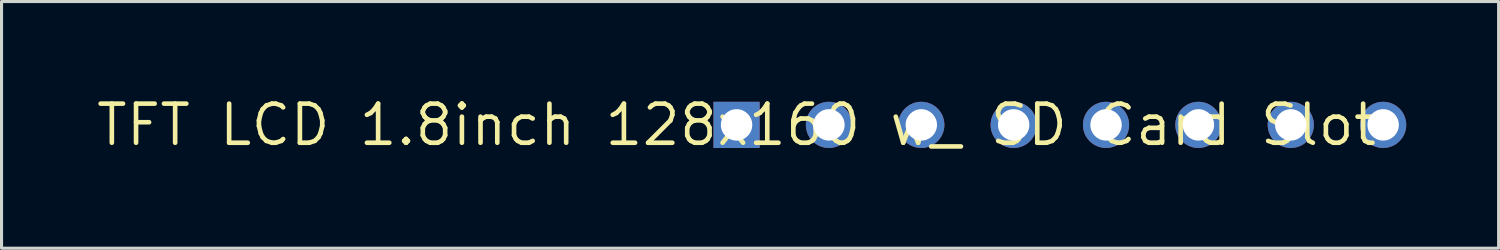
<source format=kicad_pcb>
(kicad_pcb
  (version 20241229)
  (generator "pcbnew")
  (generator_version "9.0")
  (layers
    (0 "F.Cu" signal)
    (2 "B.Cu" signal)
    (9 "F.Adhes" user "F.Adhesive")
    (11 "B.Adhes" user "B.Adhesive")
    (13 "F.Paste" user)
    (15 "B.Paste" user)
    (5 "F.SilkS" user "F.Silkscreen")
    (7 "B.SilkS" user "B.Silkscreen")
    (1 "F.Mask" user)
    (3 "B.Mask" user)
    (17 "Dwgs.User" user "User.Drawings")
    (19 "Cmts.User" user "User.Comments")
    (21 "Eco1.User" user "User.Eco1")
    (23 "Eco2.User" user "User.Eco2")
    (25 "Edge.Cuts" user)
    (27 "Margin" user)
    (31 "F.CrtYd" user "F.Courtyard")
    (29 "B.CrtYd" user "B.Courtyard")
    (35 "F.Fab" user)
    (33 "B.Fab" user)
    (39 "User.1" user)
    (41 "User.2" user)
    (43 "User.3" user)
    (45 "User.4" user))
  (footprint "TFT LCD 1.8inch 128x160 w_ SD Card Slot"
    (layer "F.Cu")
    (at 20.872 1.006)
    (property "Reference" "TFT LCD 1.8inch 128x160 w_ SD Card Slot" (at 0 0 0) (layer "F.SilkS") (effects (font (size 1.27 1.27) (thickness 0.15))))
    (attr through_hole)
    (pad "1" thru_hole rect (at 0 0) (size 1.5 1.5) (drill 1.02) (layers "*.Cu" "*.Mask"))
    (pad "2" thru_hole circle (at 3 0) (size 1.5 1.5) (drill 1.02) (layers "*.Cu" "*.Mask"))
    (pad "3" thru_hole circle (at 6 0) (size 1.5 1.5) (drill 1.02) (layers "*.Cu" "*.Mask"))
    (pad "4" thru_hole circle (at 9 0) (size 1.5 1.5) (drill 1.02) (layers "*.Cu" "*.Mask"))
    (pad "5" thru_hole circle (at 12 0) (size 1.5 1.5) (drill 1.02) (layers "*.Cu" "*.Mask"))
    (pad "6" thru_hole circle (at 15 0) (size 1.5 1.5) (drill 1.02) (layers "*.Cu" "*.Mask"))
    (pad "7" thru_hole circle (at 18 0) (size 1.5 1.5) (drill 1.02) (layers "*.Cu" "*.Mask"))
    (pad "8" thru_hole circle (at 21 0) (size 1.5 1.5) (drill 1.02) (layers "*.Cu" "*.Mask")))
  (gr_rect
    (start -3 -3)
    (end 45.622 5.012)
    (stroke (width 0.1) (type default))
    (fill no)
    (layer "Edge.Cuts")))
</source>
